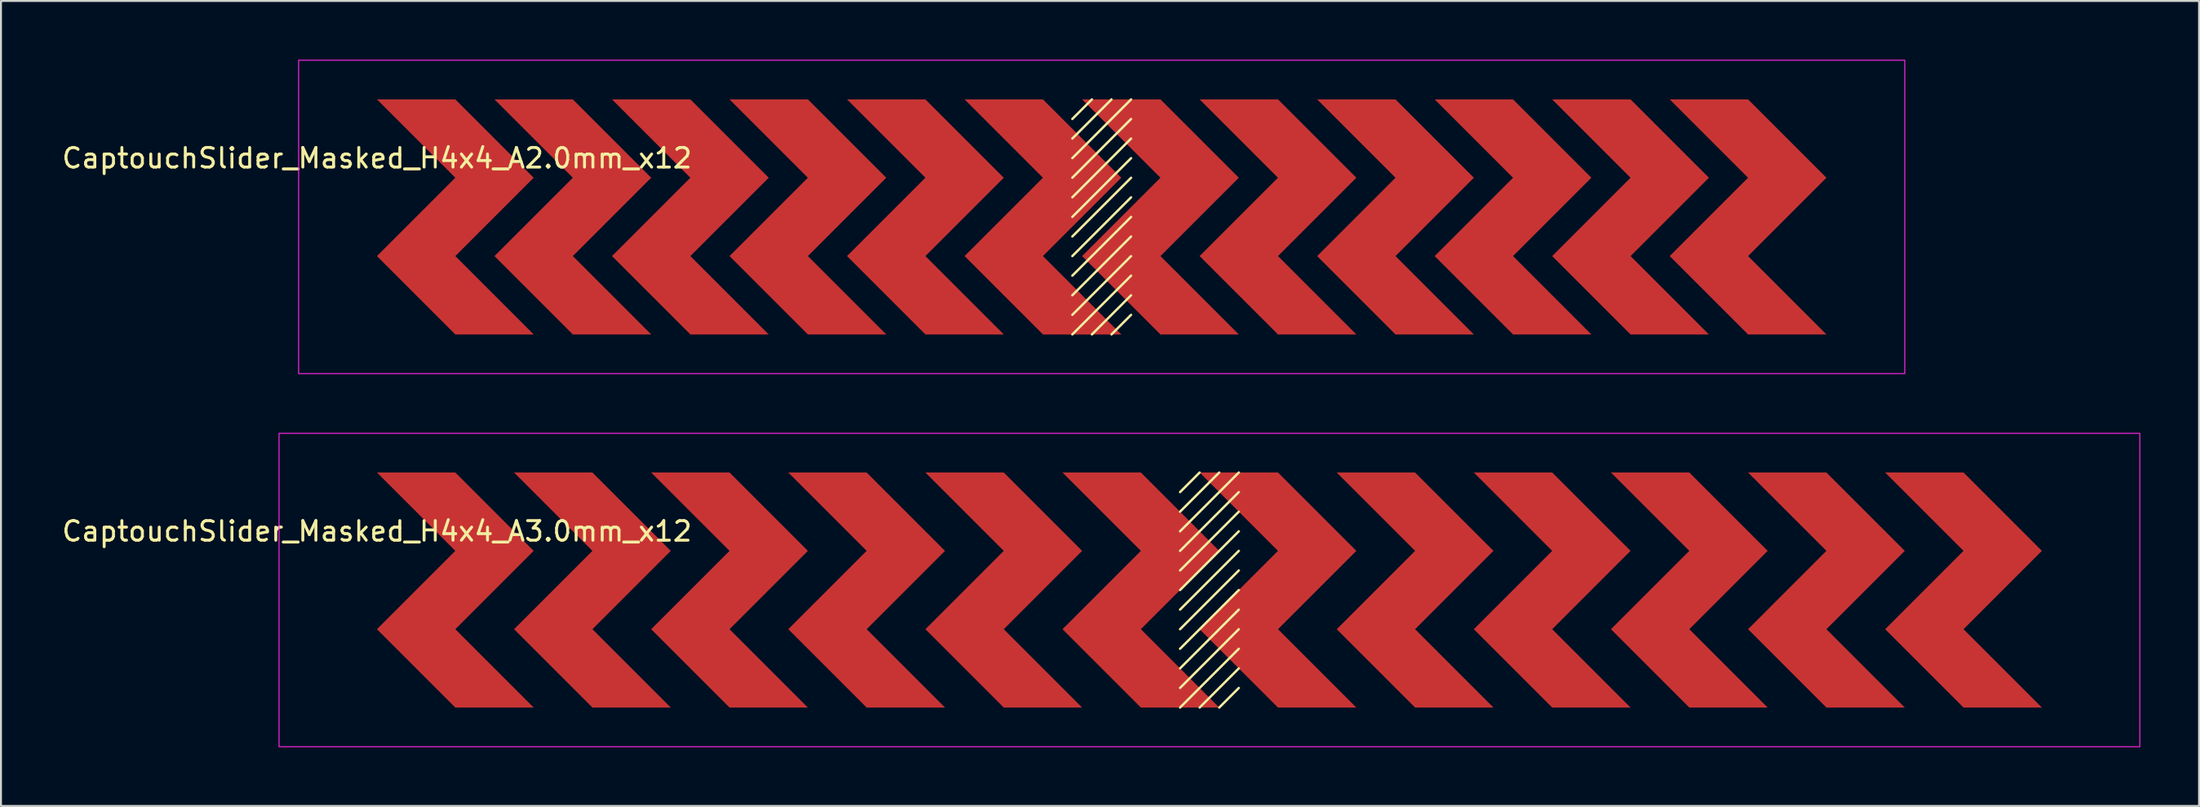
<source format=kicad_pcb>
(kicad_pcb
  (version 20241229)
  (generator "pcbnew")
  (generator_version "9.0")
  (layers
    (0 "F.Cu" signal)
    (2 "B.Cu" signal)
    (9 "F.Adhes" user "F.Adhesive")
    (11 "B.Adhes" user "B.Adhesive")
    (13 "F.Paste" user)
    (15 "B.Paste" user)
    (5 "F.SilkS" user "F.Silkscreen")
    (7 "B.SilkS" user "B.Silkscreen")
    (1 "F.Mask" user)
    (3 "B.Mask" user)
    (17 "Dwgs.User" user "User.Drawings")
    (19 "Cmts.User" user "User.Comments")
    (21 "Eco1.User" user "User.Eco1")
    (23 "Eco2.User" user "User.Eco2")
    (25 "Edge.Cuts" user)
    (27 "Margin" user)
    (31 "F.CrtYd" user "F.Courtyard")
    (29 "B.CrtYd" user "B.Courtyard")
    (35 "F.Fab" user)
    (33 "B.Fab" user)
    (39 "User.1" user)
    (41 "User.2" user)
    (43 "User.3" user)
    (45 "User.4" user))
  (footprint "CaptouchSlider_Masked_H4x4_A3.0mm_x12"
    (layer "F.Cu")
    (at 16.196 28.075)
    (property "Reference" "CaptouchSlider_Masked_H4x4_A3.0mm_x12" (at 0 -4 0) (layer "F.SilkS") (effects (font (size 1 1) (thickness 0.15))))
    (attr exclude_from_pos_files exclude_from_bom)
    (fp_line (start 41 -5) (end 43 -7) (stroke (width 0.12) (type solid)) (layer "F.SilkS"))
    (fp_line (start 41 -3) (end 44 -6) (stroke (width 0.12) (type solid)) (layer "F.SilkS"))
    (fp_line (start 41 0) (end 44 -3) (stroke (width 0.12) (type solid)) (layer "F.SilkS"))
    (fp_line (start 41 2) (end 44 -1) (stroke (width 0.12) (type solid)) (layer "F.SilkS"))
    (fp_line (start 41 4) (end 44 1) (stroke (width 0.12) (type solid)) (layer "F.SilkS"))
    (fp_line (start 42 -7) (end 41 -6) (stroke (width 0.12) (type solid)) (layer "F.SilkS"))
    (fp_line (start 42 5) (end 44 3) (stroke (width 0.12) (type solid)) (layer "F.SilkS"))
    (fp_line (start 44 -7) (end 41 -4) (stroke (width 0.12) (type solid)) (layer "F.SilkS"))
    (fp_line (start 44 -5) (end 41 -2) (stroke (width 0.12) (type solid)) (layer "F.SilkS"))
    (fp_line (start 44 -4) (end 41 -1) (stroke (width 0.12) (type solid)) (layer "F.SilkS"))
    (fp_line (start 44 -2) (end 41 1) (stroke (width 0.12) (type solid)) (layer "F.SilkS"))
    (fp_line (start 44 0) (end 41 3) (stroke (width 0.12) (type solid)) (layer "F.SilkS"))
    (fp_line (start 44 2) (end 41 5) (stroke (width 0.12) (type solid)) (layer "F.SilkS"))
    (fp_line (start 44 4) (end 43 5) (stroke (width 0.12) (type solid)) (layer "F.SilkS"))
    (fp_rect (start -5 -9) (end 90 7) (stroke (width 0.05) (type solid)) (fill no) (layer "F.CrtYd"))
    (pad "1" smd custom (at 5.5 -3 45) (size 1 1) (layers "F.Cu") (options (anchor rect)) (primitives (gr_poly (pts (xy 1.768 1.768) (xy -3.889 1.768) (xy -3.889 7.425) (xy -6.718 4.596) (xy -6.718 -1.061) (xy -1.061 -1.061) (xy -1.061 -6.718) (xy 1.768 -3.889)) (width 0) (fill yes))))
    (pad "2" smd custom (at 12.5 -3 45) (size 1 1) (layers "F.Cu") (options (anchor rect)) (primitives (gr_poly (pts (xy 1.768 1.768) (xy -3.889 1.768) (xy -3.889 7.425) (xy -6.718 4.596) (xy -6.718 -1.061) (xy -1.061 -1.061) (xy -1.061 -6.718) (xy 1.768 -3.889)) (width 0) (fill yes))))
    (pad "3" smd custom (at 19.5 -3 45) (size 1 1) (layers "F.Cu") (options (anchor rect)) (primitives (gr_poly (pts (xy 1.768 1.768) (xy -3.889 1.768) (xy -3.889 7.425) (xy -6.718 4.596) (xy -6.718 -1.061) (xy -1.061 -1.061) (xy -1.061 -6.718) (xy 1.768 -3.889)) (width 0) (fill yes))))
    (pad "4" smd custom (at 26.5 -3 45) (size 1 1) (layers "F.Cu") (options (anchor rect)) (primitives (gr_poly (pts (xy 1.768 1.768) (xy -3.889 1.768) (xy -3.889 7.425) (xy -6.718 4.596) (xy -6.718 -1.061) (xy -1.061 -1.061) (xy -1.061 -6.718) (xy 1.768 -3.889)) (width 0) (fill yes))))
    (pad "5" smd custom (at 33.5 -3 45) (size 1 1) (layers "F.Cu") (options (anchor rect)) (primitives (gr_poly (pts (xy 1.768 1.768) (xy -3.889 1.768) (xy -3.889 7.425) (xy -6.718 4.596) (xy -6.718 -1.061) (xy -1.061 -1.061) (xy -1.061 -6.718) (xy 1.768 -3.889)) (width 0) (fill yes))))
    (pad "6" smd custom (at 40.5 -3 45) (size 1 1) (layers "F.Cu") (options (anchor rect)) (primitives (gr_poly (pts (xy 1.768 1.768) (xy -3.889 1.768) (xy -3.889 7.425) (xy -6.718 4.596) (xy -6.718 -1.061) (xy -1.061 -1.061) (xy -1.061 -6.718) (xy 1.768 -3.889)) (width 0) (fill yes))))
    (pad "7" smd custom (at 47.5 -3 45) (size 1 1) (layers "F.Cu") (options (anchor rect)) (primitives (gr_poly (pts (xy 1.768 1.768) (xy -3.889 1.768) (xy -3.889 7.425) (xy -6.718 4.596) (xy -6.718 -1.061) (xy -1.061 -1.061) (xy -1.061 -6.718) (xy 1.768 -3.889)) (width 0) (fill yes))))
    (pad "8" smd custom (at 54.5 -3 45) (size 1 1) (layers "F.Cu") (options (anchor rect)) (primitives (gr_poly (pts (xy 1.768 1.768) (xy -3.889 1.768) (xy -3.889 7.425) (xy -6.718 4.596) (xy -6.718 -1.061) (xy -1.061 -1.061) (xy -1.061 -6.718) (xy 1.768 -3.889)) (width 0) (fill yes))))
    (pad "9" smd custom (at 61.5 -3 45) (size 1 1) (layers "F.Cu") (options (anchor rect)) (primitives (gr_poly (pts (xy 1.768 1.768) (xy -3.889 1.768) (xy -3.889 7.425) (xy -6.718 4.596) (xy -6.718 -1.061) (xy -1.061 -1.061) (xy -1.061 -6.718) (xy 1.768 -3.889)) (width 0) (fill yes))))
    (pad "10" smd custom (at 68.5 -3 45) (size 1 1) (layers "F.Cu") (options (anchor rect)) (primitives (gr_poly (pts (xy 1.768 1.768) (xy -3.889 1.768) (xy -3.889 7.425) (xy -6.718 4.596) (xy -6.718 -1.061) (xy -1.061 -1.061) (xy -1.061 -6.718) (xy 1.768 -3.889)) (width 0) (fill yes))))
    (pad "11" smd custom (at 75.5 -3 45) (size 1 1) (layers "F.Cu") (options (anchor rect)) (primitives (gr_poly (pts (xy 1.768 1.768) (xy -3.889 1.768) (xy -3.889 7.425) (xy -6.718 4.596) (xy -6.718 -1.061) (xy -1.061 -1.061) (xy -1.061 -6.718) (xy 1.768 -3.889)) (width 0) (fill yes))))
    (pad "12" smd custom (at 82.5 -3 45) (size 1 1) (layers "F.Cu") (options (anchor rect)) (primitives (gr_poly (pts (xy 1.768 1.768) (xy -3.889 1.768) (xy -3.889 7.425) (xy -6.718 4.596) (xy -6.718 -1.061) (xy -1.061 -1.061) (xy -1.061 -6.718) (xy 1.768 -3.889)) (width 0) (fill yes))))
    (zone (net_name "") (layer "F.Cu") (hatch edge 0.508) (connect_pads) (min_thickness 0.254) (filled_areas_thickness no) (keepout (tracks not_allowed) (vias not_allowed) (pads not_allowed) (copperpour not_allowed) (footprints allowed)) (placement (enabled no)) (fill) (polygon (pts (xy 20.196 25.075) (xy 16.196 29.075) (xy 20.196 33.075) (xy 17.196 33.075) (xy 13.196 29.075) (xy 17.196 25.075) (xy 13.196 21.075) (xy 16.196 21.075))))
    (zone (net_name "") (layer "F.Cu") (hatch edge 0.508) (connect_pads) (min_thickness 0.254) (filled_areas_thickness no) (keepout (tracks not_allowed) (vias not_allowed) (pads not_allowed) (copperpour not_allowed) (footprints allowed)) (placement (enabled no)) (fill) (polygon (pts (xy 27.196 25.075) (xy 23.196 29.075) (xy 27.196 33.075) (xy 24.196 33.075) (xy 20.196 29.075) (xy 24.196 25.075) (xy 20.196 21.075) (xy 23.196 21.075))))
    (zone (net_name "") (layer "F.Cu") (hatch edge 0.508) (connect_pads) (min_thickness 0.254) (filled_areas_thickness no) (keepout (tracks not_allowed) (vias not_allowed) (pads not_allowed) (copperpour not_allowed) (footprints allowed)) (placement (enabled no)) (fill) (polygon (pts (xy 34.196 25.075) (xy 30.196 29.075) (xy 34.196 33.075) (xy 31.196 33.075) (xy 27.196 29.075) (xy 31.196 25.075) (xy 27.196 21.075) (xy 30.196 21.075))))
    (zone (net_name "") (layer "F.Cu") (hatch edge 0.508) (connect_pads) (min_thickness 0.254) (filled_areas_thickness no) (keepout (tracks not_allowed) (vias not_allowed) (pads not_allowed) (copperpour not_allowed) (footprints allowed)) (placement (enabled no)) (fill) (polygon (pts (xy 41.196 25.075) (xy 37.196 29.075) (xy 41.196 33.075) (xy 38.196 33.075) (xy 34.196 29.075) (xy 38.196 25.075) (xy 34.196 21.075) (xy 37.196 21.075))))
    (zone (net_name "") (layer "F.Cu") (hatch edge 0.508) (connect_pads) (min_thickness 0.254) (filled_areas_thickness no) (keepout (tracks not_allowed) (vias not_allowed) (pads not_allowed) (copperpour not_allowed) (footprints allowed)) (placement (enabled no)) (fill) (polygon (pts (xy 48.196 25.075) (xy 44.196 29.075) (xy 48.196 33.075) (xy 45.196 33.075) (xy 41.196 29.075) (xy 45.196 25.075) (xy 41.196 21.075) (xy 44.196 21.075))))
    (zone (net_name "") (layer "F.Cu") (hatch edge 0.508) (connect_pads) (min_thickness 0.254) (filled_areas_thickness no) (keepout (tracks not_allowed) (vias not_allowed) (pads not_allowed) (copperpour not_allowed) (footprints allowed)) (placement (enabled no)) (fill) (polygon (pts (xy 55.196 25.075) (xy 51.196 29.075) (xy 55.196 33.075) (xy 52.196 33.075) (xy 48.196 29.075) (xy 52.196 25.075) (xy 48.196 21.075) (xy 51.196 21.075))))
    (zone (net_name "") (layer "F.Cu") (hatch edge 0.508) (connect_pads) (min_thickness 0.254) (filled_areas_thickness no) (keepout (tracks not_allowed) (vias not_allowed) (pads not_allowed) (copperpour not_allowed) (footprints allowed)) (placement (enabled no)) (fill) (polygon (pts (xy 62.196 25.075) (xy 58.196 29.075) (xy 62.196 33.075) (xy 59.196 33.075) (xy 55.196 29.075) (xy 59.196 25.075) (xy 55.196 21.075) (xy 58.196 21.075))))
    (zone (net_name "") (layer "F.Cu") (hatch edge 0.508) (connect_pads) (min_thickness 0.254) (filled_areas_thickness no) (keepout (tracks not_allowed) (vias not_allowed) (pads not_allowed) (copperpour not_allowed) (footprints allowed)) (placement (enabled no)) (fill) (polygon (pts (xy 69.196 25.075) (xy 65.196 29.075) (xy 69.196 33.075) (xy 66.196 33.075) (xy 62.196 29.075) (xy 66.196 25.075) (xy 62.196 21.075) (xy 65.196 21.075))))
    (zone (net_name "") (layer "F.Cu") (hatch edge 0.508) (connect_pads) (min_thickness 0.254) (filled_areas_thickness no) (keepout (tracks not_allowed) (vias not_allowed) (pads not_allowed) (copperpour not_allowed) (footprints allowed)) (placement (enabled no)) (fill) (polygon (pts (xy 76.196 25.075) (xy 72.196 29.075) (xy 76.196 33.075) (xy 73.196 33.075) (xy 69.196 29.075) (xy 73.196 25.075) (xy 69.196 21.075) (xy 72.196 21.075))))
    (zone (net_name "") (layer "F.Cu") (hatch edge 0.508) (connect_pads) (min_thickness 0.254) (filled_areas_thickness no) (keepout (tracks not_allowed) (vias not_allowed) (pads not_allowed) (copperpour not_allowed) (footprints allowed)) (placement (enabled no)) (fill) (polygon (pts (xy 83.196 25.075) (xy 79.196 29.075) (xy 83.196 33.075) (xy 80.196 33.075) (xy 76.196 29.075) (xy 80.196 25.075) (xy 76.196 21.075) (xy 79.196 21.075))))
    (zone (net_name "") (layer "F.Cu") (hatch edge 0.508) (connect_pads) (min_thickness 0.254) (filled_areas_thickness no) (keepout (tracks not_allowed) (vias not_allowed) (pads not_allowed) (copperpour not_allowed) (footprints allowed)) (placement (enabled no)) (fill) (polygon (pts (xy 90.196 25.075) (xy 86.196 29.075) (xy 90.196 33.075) (xy 87.196 33.075) (xy 83.196 29.075) (xy 87.196 25.075) (xy 83.196 21.075) (xy 86.196 21.075))))
    (zone (net_name "") (layer "F.Cu") (hatch edge 0.508) (connect_pads) (min_thickness 0.254) (filled_areas_thickness no) (keepout (tracks not_allowed) (vias not_allowed) (pads not_allowed) (copperpour not_allowed) (footprints allowed)) (placement (enabled no)) (fill) (polygon (pts (xy 97.196 25.075) (xy 93.196 29.075) (xy 97.196 33.075) (xy 94.196 33.075) (xy 90.196 29.075) (xy 94.196 25.075) (xy 90.196 21.075) (xy 93.196 21.075))))
    (zone (net_name "") (layer "F.Cu") (hatch edge 0.508) (connect_pads) (min_thickness 0.254) (filled_areas_thickness no) (keepout (tracks not_allowed) (vias not_allowed) (pads not_allowed) (copperpour not_allowed) (footprints allowed)) (placement (enabled no)) (fill) (polygon (pts (xy 104.196 25.075) (xy 100.196 29.075) (xy 104.196 33.075) (xy 101.196 33.075) (xy 97.196 29.075) (xy 101.196 25.075) (xy 97.196 21.075) (xy 100.196 21.075)))))
  (footprint "CaptouchSlider_Masked_H4x4_A2.0mm_x12"
    (layer "F.Cu")
    (at 16.196 9.025)
    (property "Reference" "CaptouchSlider_Masked_H4x4_A2.0mm_x12" (at 0 -4 0) (layer "F.SilkS") (effects (font (size 1 1) (thickness 0.15))))
    (attr exclude_from_pos_files exclude_from_bom)
    (fp_line (start 35.5 -5) (end 37.5 -7) (stroke (width 0.12) (type solid)) (layer "F.SilkS"))
    (fp_line (start 35.5 -3) (end 38.5 -6) (stroke (width 0.12) (type solid)) (layer "F.SilkS"))
    (fp_line (start 35.5 0) (end 38.5 -3) (stroke (width 0.12) (type solid)) (layer "F.SilkS"))
    (fp_line (start 35.5 2) (end 38.5 -1) (stroke (width 0.12) (type solid)) (layer "F.SilkS"))
    (fp_line (start 35.5 4) (end 38.5 1) (stroke (width 0.12) (type solid)) (layer "F.SilkS"))
    (fp_line (start 36.5 -7) (end 35.5 -6) (stroke (width 0.12) (type solid)) (layer "F.SilkS"))
    (fp_line (start 36.5 5) (end 38.5 3) (stroke (width 0.12) (type solid)) (layer "F.SilkS"))
    (fp_line (start 38.5 -7) (end 35.5 -4) (stroke (width 0.12) (type solid)) (layer "F.SilkS"))
    (fp_line (start 38.5 -5) (end 35.5 -2) (stroke (width 0.12) (type solid)) (layer "F.SilkS"))
    (fp_line (start 38.5 -4) (end 35.5 -1) (stroke (width 0.12) (type solid)) (layer "F.SilkS"))
    (fp_line (start 38.5 -2) (end 35.5 1) (stroke (width 0.12) (type solid)) (layer "F.SilkS"))
    (fp_line (start 38.5 0) (end 35.5 3) (stroke (width 0.12) (type solid)) (layer "F.SilkS"))
    (fp_line (start 38.5 2) (end 35.5 5) (stroke (width 0.12) (type solid)) (layer "F.SilkS"))
    (fp_line (start 38.5 4) (end 37.5 5) (stroke (width 0.12) (type solid)) (layer "F.SilkS"))
    (fp_rect (start -4 -9) (end 78 7) (stroke (width 0.05) (type solid)) (fill no) (layer "F.CrtYd"))
    (pad "1" smd custom (at 5.5 -3 45) (size 1 1) (layers "F.Cu") (options (anchor rect)) (primitives (gr_poly (pts (xy 1.768 1.768) (xy -3.889 1.768) (xy -3.889 7.425) (xy -6.718 4.596) (xy -6.718 -1.061) (xy -1.061 -1.061) (xy -1.061 -6.718) (xy 1.768 -3.889)) (width 0) (fill yes))))
    (pad "2" smd custom (at 11.5 -3 45) (size 1 1) (layers "F.Cu") (options (anchor rect)) (primitives (gr_poly (pts (xy 1.768 1.768) (xy -3.889 1.768) (xy -3.889 7.425) (xy -6.718 4.596) (xy -6.718 -1.061) (xy -1.061 -1.061) (xy -1.061 -6.718) (xy 1.768 -3.889)) (width 0) (fill yes))))
    (pad "3" smd custom (at 17.5 -3 45) (size 1 1) (layers "F.Cu") (options (anchor rect)) (primitives (gr_poly (pts (xy 1.768 1.768) (xy -3.889 1.768) (xy -3.889 7.425) (xy -6.718 4.596) (xy -6.718 -1.061) (xy -1.061 -1.061) (xy -1.061 -6.718) (xy 1.768 -3.889)) (width 0) (fill yes))))
    (pad "4" smd custom (at 23.5 -3 45) (size 1 1) (layers "F.Cu") (options (anchor rect)) (primitives (gr_poly (pts (xy 1.768 1.768) (xy -3.889 1.768) (xy -3.889 7.425) (xy -6.718 4.596) (xy -6.718 -1.061) (xy -1.061 -1.061) (xy -1.061 -6.718) (xy 1.768 -3.889)) (width 0) (fill yes))))
    (pad "5" smd custom (at 29.5 -3 45) (size 1 1) (layers "F.Cu") (options (anchor rect)) (primitives (gr_poly (pts (xy 1.768 1.768) (xy -3.889 1.768) (xy -3.889 7.425) (xy -6.718 4.596) (xy -6.718 -1.061) (xy -1.061 -1.061) (xy -1.061 -6.718) (xy 1.768 -3.889)) (width 0) (fill yes))))
    (pad "6" smd custom (at 35.5 -3 45) (size 1 1) (layers "F.Cu") (options (anchor rect)) (primitives (gr_poly (pts (xy 1.768 1.768) (xy -3.889 1.768) (xy -3.889 7.425) (xy -6.718 4.596) (xy -6.718 -1.061) (xy -1.061 -1.061) (xy -1.061 -6.718) (xy 1.768 -3.889)) (width 0) (fill yes))))
    (pad "7" smd custom (at 41.5 -3 45) (size 1 1) (layers "F.Cu") (options (anchor rect)) (primitives (gr_poly (pts (xy 1.768 1.768) (xy -3.889 1.768) (xy -3.889 7.425) (xy -6.718 4.596) (xy -6.718 -1.061) (xy -1.061 -1.061) (xy -1.061 -6.718) (xy 1.768 -3.889)) (width 0) (fill yes))))
    (pad "8" smd custom (at 47.5 -3 45) (size 1 1) (layers "F.Cu") (options (anchor rect)) (primitives (gr_poly (pts (xy 1.768 1.768) (xy -3.889 1.768) (xy -3.889 7.425) (xy -6.718 4.596) (xy -6.718 -1.061) (xy -1.061 -1.061) (xy -1.061 -6.718) (xy 1.768 -3.889)) (width 0) (fill yes))))
    (pad "9" smd custom (at 53.5 -3 45) (size 1 1) (layers "F.Cu") (options (anchor rect)) (primitives (gr_poly (pts (xy 1.768 1.768) (xy -3.889 1.768) (xy -3.889 7.425) (xy -6.718 4.596) (xy -6.718 -1.061) (xy -1.061 -1.061) (xy -1.061 -6.718) (xy 1.768 -3.889)) (width 0) (fill yes))))
    (pad "10" smd custom (at 59.5 -3 45) (size 1 1) (layers "F.Cu") (options (anchor rect)) (primitives (gr_poly (pts (xy 1.768 1.768) (xy -3.889 1.768) (xy -3.889 7.425) (xy -6.718 4.596) (xy -6.718 -1.061) (xy -1.061 -1.061) (xy -1.061 -6.718) (xy 1.768 -3.889)) (width 0) (fill yes))))
    (pad "11" smd custom (at 65.5 -3 45) (size 1 1) (layers "F.Cu") (options (anchor rect)) (primitives (gr_poly (pts (xy 1.768 1.768) (xy -3.889 1.768) (xy -3.889 7.425) (xy -6.718 4.596) (xy -6.718 -1.061) (xy -1.061 -1.061) (xy -1.061 -6.718) (xy 1.768 -3.889)) (width 0) (fill yes))))
    (pad "12" smd custom (at 71.5 -3 45) (size 1 1) (layers "F.Cu") (options (anchor rect)) (primitives (gr_poly (pts (xy 1.768 1.768) (xy -3.889 1.768) (xy -3.889 7.425) (xy -6.718 4.596) (xy -6.718 -1.061) (xy -1.061 -1.061) (xy -1.061 -6.718) (xy 1.768 -3.889)) (width 0) (fill yes))))
    (zone (net_name "") (layer "F.Cu") (hatch edge 0.508) (connect_pads) (min_thickness 0.254) (filled_areas_thickness no) (keepout (tracks not_allowed) (vias not_allowed) (pads not_allowed) (copperpour not_allowed) (footprints allowed)) (placement (enabled no)) (fill) (polygon (pts (xy 20.196 6.025) (xy 16.196 10.025) (xy 20.196 14.025) (xy 18.196 14.025) (xy 14.196 10.025) (xy 18.196 6.025) (xy 14.196 2.025) (xy 16.196 2.025))))
    (zone (net_name "") (layer "F.Cu") (hatch edge 0.508) (connect_pads) (min_thickness 0.254) (filled_areas_thickness no) (keepout (tracks not_allowed) (vias not_allowed) (pads not_allowed) (copperpour not_allowed) (footprints allowed)) (placement (enabled no)) (fill) (polygon (pts (xy 26.196 6.025) (xy 22.196 10.025) (xy 26.196 14.025) (xy 24.196 14.025) (xy 20.196 10.025) (xy 24.196 6.025) (xy 20.196 2.025) (xy 22.196 2.025))))
    (zone (net_name "") (layer "F.Cu") (hatch edge 0.508) (connect_pads) (min_thickness 0.254) (filled_areas_thickness no) (keepout (tracks not_allowed) (vias not_allowed) (pads not_allowed) (copperpour not_allowed) (footprints allowed)) (placement (enabled no)) (fill) (polygon (pts (xy 32.196 6.025) (xy 28.196 10.025) (xy 32.196 14.025) (xy 30.196 14.025) (xy 26.196 10.025) (xy 30.196 6.025) (xy 26.196 2.025) (xy 28.196 2.025))))
    (zone (net_name "") (layer "F.Cu") (hatch edge 0.508) (connect_pads) (min_thickness 0.254) (filled_areas_thickness no) (keepout (tracks not_allowed) (vias not_allowed) (pads not_allowed) (copperpour not_allowed) (footprints allowed)) (placement (enabled no)) (fill) (polygon (pts (xy 38.196 6.025) (xy 34.196 10.025) (xy 38.196 14.025) (xy 36.196 14.025) (xy 32.196 10.025) (xy 36.196 6.025) (xy 32.196 2.025) (xy 34.196 2.025))))
    (zone (net_name "") (layer "F.Cu") (hatch edge 0.508) (connect_pads) (min_thickness 0.254) (filled_areas_thickness no) (keepout (tracks not_allowed) (vias not_allowed) (pads not_allowed) (copperpour not_allowed) (footprints allowed)) (placement (enabled no)) (fill) (polygon (pts (xy 44.196 6.025) (xy 40.196 10.025) (xy 44.196 14.025) (xy 42.196 14.025) (xy 38.196 10.025) (xy 42.196 6.025) (xy 38.196 2.025) (xy 40.196 2.025))))
    (zone (net_name "") (layer "F.Cu") (hatch edge 0.508) (connect_pads) (min_thickness 0.254) (filled_areas_thickness no) (keepout (tracks not_allowed) (vias not_allowed) (pads not_allowed) (copperpour not_allowed) (footprints allowed)) (placement (enabled no)) (fill) (polygon (pts (xy 50.196 6.025) (xy 46.196 10.025) (xy 50.196 14.025) (xy 48.196 14.025) (xy 44.196 10.025) (xy 48.196 6.025) (xy 44.196 2.025) (xy 46.196 2.025))))
    (zone (net_name "") (layer "F.Cu") (hatch edge 0.508) (connect_pads) (min_thickness 0.254) (filled_areas_thickness no) (keepout (tracks not_allowed) (vias not_allowed) (pads not_allowed) (copperpour not_allowed) (footprints allowed)) (placement (enabled no)) (fill) (polygon (pts (xy 56.196 6.025) (xy 52.196 10.025) (xy 56.196 14.025) (xy 54.196 14.025) (xy 50.196 10.025) (xy 54.196 6.025) (xy 50.196 2.025) (xy 52.196 2.025))))
    (zone (net_name "") (layer "F.Cu") (hatch edge 0.508) (connect_pads) (min_thickness 0.254) (filled_areas_thickness no) (keepout (tracks not_allowed) (vias not_allowed) (pads not_allowed) (copperpour not_allowed) (footprints allowed)) (placement (enabled no)) (fill) (polygon (pts (xy 62.196 6.025) (xy 58.196 10.025) (xy 62.196 14.025) (xy 60.196 14.025) (xy 56.196 10.025) (xy 60.196 6.025) (xy 56.196 2.025) (xy 58.196 2.025))))
    (zone (net_name "") (layer "F.Cu") (hatch edge 0.508) (connect_pads) (min_thickness 0.254) (filled_areas_thickness no) (keepout (tracks not_allowed) (vias not_allowed) (pads not_allowed) (copperpour not_allowed) (footprints allowed)) (placement (enabled no)) (fill) (polygon (pts (xy 68.196 6.025) (xy 64.196 10.025) (xy 68.196 14.025) (xy 66.196 14.025) (xy 62.196 10.025) (xy 66.196 6.025) (xy 62.196 2.025) (xy 64.196 2.025))))
    (zone (net_name "") (layer "F.Cu") (hatch edge 0.508) (connect_pads) (min_thickness 0.254) (filled_areas_thickness no) (keepout (tracks not_allowed) (vias not_allowed) (pads not_allowed) (copperpour not_allowed) (footprints allowed)) (placement (enabled no)) (fill) (polygon (pts (xy 74.196 6.025) (xy 70.196 10.025) (xy 74.196 14.025) (xy 72.196 14.025) (xy 68.196 10.025) (xy 72.196 6.025) (xy 68.196 2.025) (xy 70.196 2.025))))
    (zone (net_name "") (layer "F.Cu") (hatch edge 0.508) (connect_pads) (min_thickness 0.254) (filled_areas_thickness no) (keepout (tracks not_allowed) (vias not_allowed) (pads not_allowed) (copperpour not_allowed) (footprints allowed)) (placement (enabled no)) (fill) (polygon (pts (xy 80.196 6.025) (xy 76.196 10.025) (xy 80.196 14.025) (xy 78.196 14.025) (xy 74.196 10.025) (xy 78.196 6.025) (xy 74.196 2.025) (xy 76.196 2.025))))
    (zone (net_name "") (layer "F.Cu") (hatch edge 0.508) (connect_pads) (min_thickness 0.254) (filled_areas_thickness no) (keepout (tracks not_allowed) (vias not_allowed) (pads not_allowed) (copperpour not_allowed) (footprints allowed)) (placement (enabled no)) (fill) (polygon (pts (xy 86.196 6.025) (xy 82.196 10.025) (xy 86.196 14.025) (xy 84.196 14.025) (xy 80.196 10.025) (xy 84.196 6.025) (xy 80.196 2.025) (xy 82.196 2.025))))
    (zone (net_name "") (layer "F.Cu") (hatch edge 0.508) (connect_pads) (min_thickness 0.254) (filled_areas_thickness no) (keepout (tracks not_allowed) (vias not_allowed) (pads not_allowed) (copperpour not_allowed) (footprints allowed)) (placement (enabled no)) (fill) (polygon (pts (xy 92.196 6.025) (xy 88.196 10.025) (xy 92.196 14.025) (xy 90.196 14.025) (xy 86.196 10.025) (xy 90.196 6.025) (xy 86.196 2.025) (xy 88.196 2.025)))))
  (gr_rect
    (start -3 -3)
    (end 109.221 38.1)
    (stroke (width 0.1) (type default))
    (fill no)
    (layer "Edge.Cuts")))
</source>
